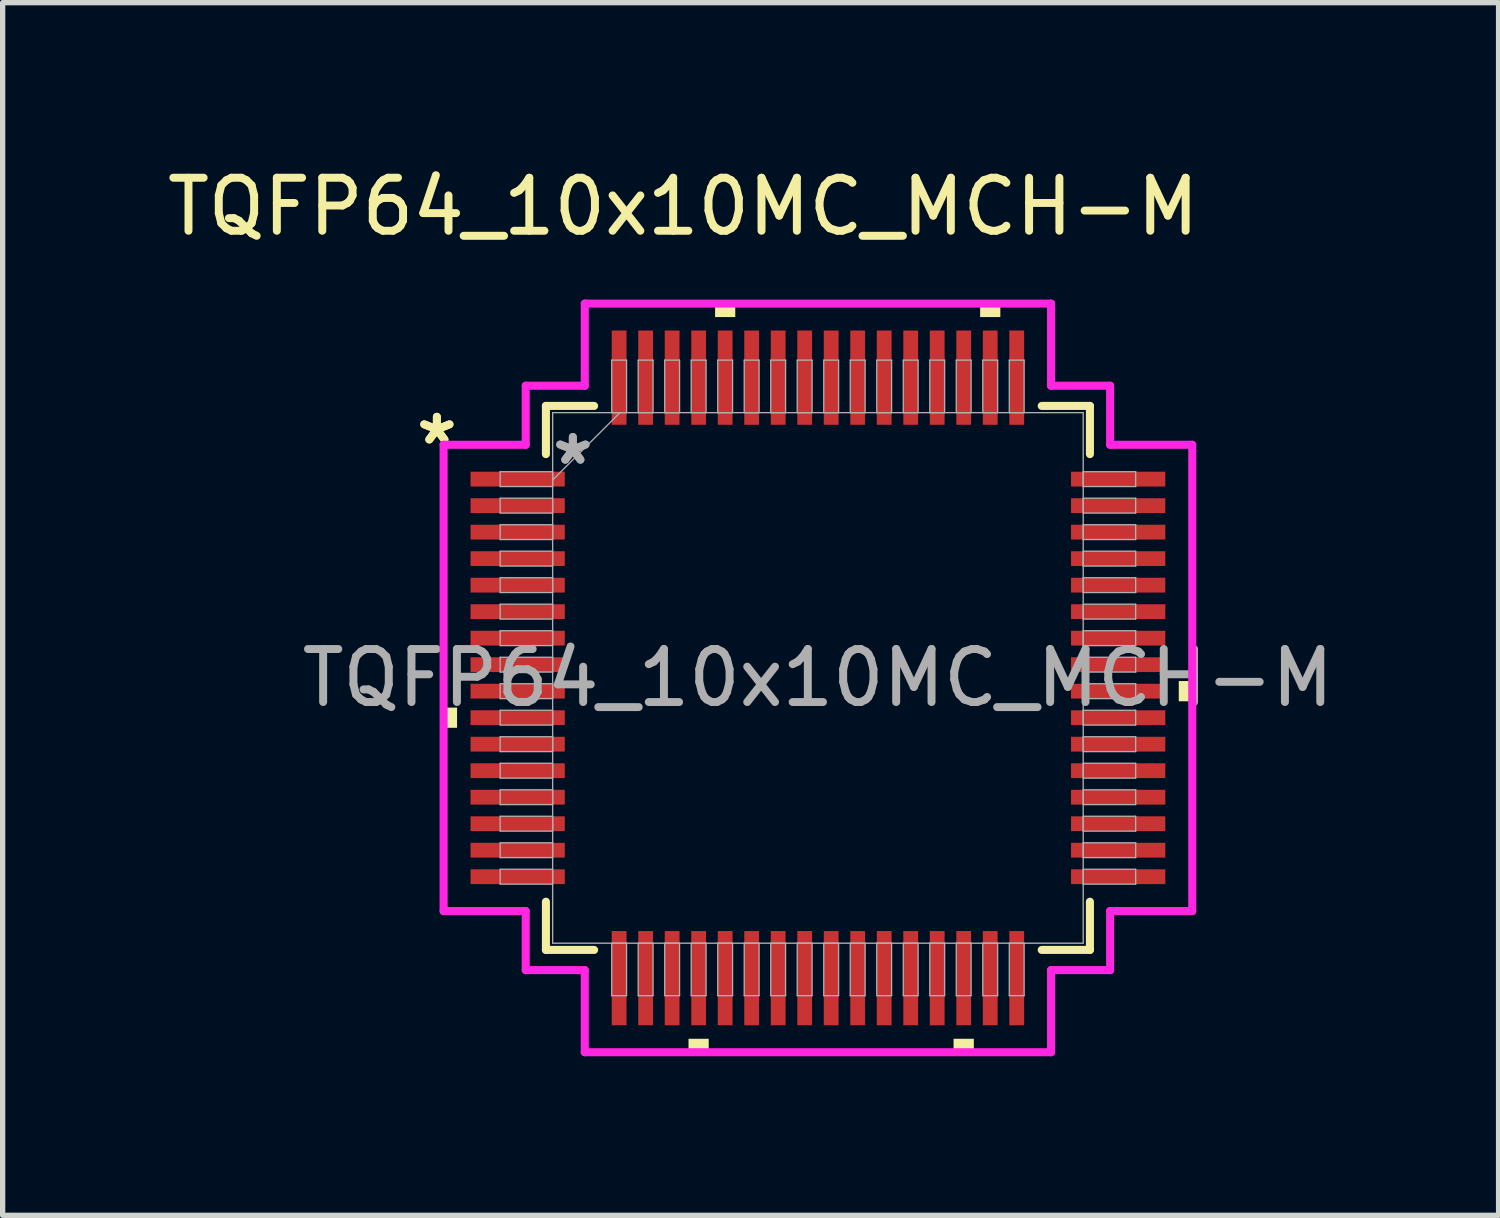
<source format=kicad_pcb>
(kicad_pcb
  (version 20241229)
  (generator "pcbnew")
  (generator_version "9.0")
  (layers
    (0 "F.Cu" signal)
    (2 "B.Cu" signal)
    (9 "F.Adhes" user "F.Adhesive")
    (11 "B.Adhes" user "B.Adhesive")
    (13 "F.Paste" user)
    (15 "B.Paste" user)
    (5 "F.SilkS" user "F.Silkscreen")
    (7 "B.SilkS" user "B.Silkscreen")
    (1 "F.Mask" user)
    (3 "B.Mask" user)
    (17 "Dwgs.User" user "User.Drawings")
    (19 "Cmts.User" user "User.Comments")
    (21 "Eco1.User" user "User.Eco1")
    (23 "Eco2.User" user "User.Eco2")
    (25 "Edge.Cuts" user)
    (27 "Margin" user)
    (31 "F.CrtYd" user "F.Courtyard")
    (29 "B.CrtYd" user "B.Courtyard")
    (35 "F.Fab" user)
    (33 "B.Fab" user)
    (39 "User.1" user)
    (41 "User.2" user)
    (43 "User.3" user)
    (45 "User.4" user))
  (footprint "TQFP64_10x10MC_MCH-M"
    (layer "F.Cu")
    (at 12.379 9.738)
    (property "Reference" "TQFP64_10x10MC_MCH-M" (at -2.54 -8.89 0) (unlocked yes) (layer "F.SilkS") (effects (font (size 1 1) (thickness 0.15))))
    (attr smd)
    (fp_line (start -5.131 -5.131) (end -5.131 -4.222) (stroke (width 0.152) (type solid)) (layer "F.SilkS"))
    (fp_line (start -5.131 4.222) (end -5.131 5.131) (stroke (width 0.152) (type solid)) (layer "F.SilkS"))
    (fp_line (start -5.131 5.131) (end -4.222 5.131) (stroke (width 0.152) (type solid)) (layer "F.SilkS"))
    (fp_line (start -4.222 -5.131) (end -5.131 -5.131) (stroke (width 0.152) (type solid)) (layer "F.SilkS"))
    (fp_line (start 4.222 5.131) (end 5.131 5.131) (stroke (width 0.152) (type solid)) (layer "F.SilkS"))
    (fp_line (start 5.131 -5.131) (end 4.222 -5.131) (stroke (width 0.152) (type solid)) (layer "F.SilkS"))
    (fp_line (start 5.131 -4.222) (end 5.131 -5.131) (stroke (width 0.152) (type solid)) (layer "F.SilkS"))
    (fp_line (start 5.131 5.131) (end 5.131 4.222) (stroke (width 0.152) (type solid)) (layer "F.SilkS"))
    (fp_poly (pts (xy -7.061 0.56) (xy -7.061 0.941) (xy -6.807 0.941) (xy -6.807 0.56)) (stroke (width 0) (type solid)) (fill yes) (layer "F.SilkS"))
    (fp_poly (pts (xy -2.441 6.807) (xy -2.441 7.061) (xy -2.06 7.061) (xy -2.06 6.807)) (stroke (width 0) (type solid)) (fill yes) (layer "F.SilkS"))
    (fp_poly (pts (xy -1.94 -6.807) (xy -1.94 -7.061) (xy -1.559 -7.061) (xy -1.559 -6.807)) (stroke (width 0) (type solid)) (fill yes) (layer "F.SilkS"))
    (fp_poly (pts (xy 2.559 6.807) (xy 2.559 7.061) (xy 2.941 7.061) (xy 2.941 6.807)) (stroke (width 0) (type solid)) (fill yes) (layer "F.SilkS"))
    (fp_poly (pts (xy 3.06 -6.807) (xy 3.06 -7.061) (xy 3.441 -7.061) (xy 3.441 -6.807)) (stroke (width 0) (type solid)) (fill yes) (layer "F.SilkS"))
    (fp_poly (pts (xy 7.061 0.059) (xy 7.061 0.441) (xy 6.807 0.441) (xy 6.807 0.059)) (stroke (width 0) (type solid)) (fill yes) (layer "F.SilkS"))
    (fp_line (start -7.061 -4.398) (end -5.512 -4.398) (stroke (width 0.152) (type solid)) (layer "F.CrtYd"))
    (fp_line (start -7.061 4.398) (end -7.061 -4.398) (stroke (width 0.152) (type solid)) (layer "F.CrtYd"))
    (fp_line (start -5.512 -5.512) (end -4.398 -5.512) (stroke (width 0.152) (type solid)) (layer "F.CrtYd"))
    (fp_line (start -5.512 -4.398) (end -5.512 -5.512) (stroke (width 0.152) (type solid)) (layer "F.CrtYd"))
    (fp_line (start -5.512 4.398) (end -7.061 4.398) (stroke (width 0.152) (type solid)) (layer "F.CrtYd"))
    (fp_line (start -5.512 5.512) (end -5.512 4.398) (stroke (width 0.152) (type solid)) (layer "F.CrtYd"))
    (fp_line (start -5.512 5.512) (end -4.398 5.512) (stroke (width 0.152) (type solid)) (layer "F.CrtYd"))
    (fp_line (start -4.398 -7.061) (end 4.398 -7.061) (stroke (width 0.152) (type solid)) (layer "F.CrtYd"))
    (fp_line (start -4.398 -5.512) (end -4.398 -7.061) (stroke (width 0.152) (type solid)) (layer "F.CrtYd"))
    (fp_line (start -4.398 5.512) (end -4.398 7.061) (stroke (width 0.152) (type solid)) (layer "F.CrtYd"))
    (fp_line (start -4.398 7.061) (end 4.398 7.061) (stroke (width 0.152) (type solid)) (layer "F.CrtYd"))
    (fp_line (start 4.398 -7.061) (end 4.398 -5.512) (stroke (width 0.152) (type solid)) (layer "F.CrtYd"))
    (fp_line (start 4.398 -5.512) (end 5.512 -5.512) (stroke (width 0.152) (type solid)) (layer "F.CrtYd"))
    (fp_line (start 4.398 5.512) (end 5.512 5.512) (stroke (width 0.152) (type solid)) (layer "F.CrtYd"))
    (fp_line (start 4.398 7.061) (end 4.398 5.512) (stroke (width 0.152) (type solid)) (layer "F.CrtYd"))
    (fp_line (start 5.512 -4.398) (end 5.512 -5.512) (stroke (width 0.152) (type solid)) (layer "F.CrtYd"))
    (fp_line (start 5.512 4.398) (end 7.061 4.398) (stroke (width 0.152) (type solid)) (layer "F.CrtYd"))
    (fp_line (start 5.512 5.512) (end 5.512 4.398) (stroke (width 0.152) (type solid)) (layer "F.CrtYd"))
    (fp_line (start 7.061 -4.398) (end 5.512 -4.398) (stroke (width 0.152) (type solid)) (layer "F.CrtYd"))
    (fp_line (start 7.061 4.398) (end 7.061 -4.398) (stroke (width 0.152) (type solid)) (layer "F.CrtYd"))
    (fp_line (start -5.994 -3.89) (end -5.994 -3.61) (stroke (width 0.025) (type solid)) (layer "F.Fab"))
    (fp_line (start -5.994 -3.61) (end -5.004 -3.61) (stroke (width 0.025) (type solid)) (layer "F.Fab"))
    (fp_line (start -5.994 -3.39) (end -5.994 -3.11) (stroke (width 0.025) (type solid)) (layer "F.Fab"))
    (fp_line (start -5.994 -3.11) (end -5.004 -3.11) (stroke (width 0.025) (type solid)) (layer "F.Fab"))
    (fp_line (start -5.994 -2.89) (end -5.994 -2.61) (stroke (width 0.025) (type solid)) (layer "F.Fab"))
    (fp_line (start -5.994 -2.61) (end -5.004 -2.61) (stroke (width 0.025) (type solid)) (layer "F.Fab"))
    (fp_line (start -5.994 -2.39) (end -5.994 -2.11) (stroke (width 0.025) (type solid)) (layer "F.Fab"))
    (fp_line (start -5.994 -2.11) (end -5.004 -2.11) (stroke (width 0.025) (type solid)) (layer "F.Fab"))
    (fp_line (start -5.994 -1.89) (end -5.994 -1.61) (stroke (width 0.025) (type solid)) (layer "F.Fab"))
    (fp_line (start -5.994 -1.61) (end -5.004 -1.61) (stroke (width 0.025) (type solid)) (layer "F.Fab"))
    (fp_line (start -5.994 -1.39) (end -5.994 -1.11) (stroke (width 0.025) (type solid)) (layer "F.Fab"))
    (fp_line (start -5.994 -1.11) (end -5.004 -1.11) (stroke (width 0.025) (type solid)) (layer "F.Fab"))
    (fp_line (start -5.994 -0.89) (end -5.994 -0.61) (stroke (width 0.025) (type solid)) (layer "F.Fab"))
    (fp_line (start -5.994 -0.61) (end -5.004 -0.61) (stroke (width 0.025) (type solid)) (layer "F.Fab"))
    (fp_line (start -5.994 -0.39) (end -5.994 -0.11) (stroke (width 0.025) (type solid)) (layer "F.Fab"))
    (fp_line (start -5.994 -0.11) (end -5.004 -0.11) (stroke (width 0.025) (type solid)) (layer "F.Fab"))
    (fp_line (start -5.994 0.11) (end -5.994 0.39) (stroke (width 0.025) (type solid)) (layer "F.Fab"))
    (fp_line (start -5.994 0.39) (end -5.004 0.39) (stroke (width 0.025) (type solid)) (layer "F.Fab"))
    (fp_line (start -5.994 0.61) (end -5.994 0.89) (stroke (width 0.025) (type solid)) (layer "F.Fab"))
    (fp_line (start -5.994 0.89) (end -5.004 0.89) (stroke (width 0.025) (type solid)) (layer "F.Fab"))
    (fp_line (start -5.994 1.11) (end -5.994 1.39) (stroke (width 0.025) (type solid)) (layer "F.Fab"))
    (fp_line (start -5.994 1.39) (end -5.004 1.39) (stroke (width 0.025) (type solid)) (layer "F.Fab"))
    (fp_line (start -5.994 1.61) (end -5.994 1.89) (stroke (width 0.025) (type solid)) (layer "F.Fab"))
    (fp_line (start -5.994 1.89) (end -5.004 1.89) (stroke (width 0.025) (type solid)) (layer "F.Fab"))
    (fp_line (start -5.994 2.11) (end -5.994 2.39) (stroke (width 0.025) (type solid)) (layer "F.Fab"))
    (fp_line (start -5.994 2.39) (end -5.004 2.39) (stroke (width 0.025) (type solid)) (layer "F.Fab"))
    (fp_line (start -5.994 2.61) (end -5.994 2.89) (stroke (width 0.025) (type solid)) (layer "F.Fab"))
    (fp_line (start -5.994 2.89) (end -5.004 2.89) (stroke (width 0.025) (type solid)) (layer "F.Fab"))
    (fp_line (start -5.994 3.11) (end -5.994 3.39) (stroke (width 0.025) (type solid)) (layer "F.Fab"))
    (fp_line (start -5.994 3.39) (end -5.004 3.39) (stroke (width 0.025) (type solid)) (layer "F.Fab"))
    (fp_line (start -5.994 3.61) (end -5.994 3.89) (stroke (width 0.025) (type solid)) (layer "F.Fab"))
    (fp_line (start -5.994 3.89) (end -5.004 3.89) (stroke (width 0.025) (type solid)) (layer "F.Fab"))
    (fp_line (start -5.004 -5.004) (end -5.004 5.004) (stroke (width 0.025) (type solid)) (layer "F.Fab"))
    (fp_line (start -5.004 -3.89) (end -5.994 -3.89) (stroke (width 0.025) (type solid)) (layer "F.Fab"))
    (fp_line (start -5.004 -3.734) (end -3.734 -5.004) (stroke (width 0.025) (type solid)) (layer "F.Fab"))
    (fp_line (start -5.004 -3.61) (end -5.004 -3.89) (stroke (width 0.025) (type solid)) (layer "F.Fab"))
    (fp_line (start -5.004 -3.39) (end -5.994 -3.39) (stroke (width 0.025) (type solid)) (layer "F.Fab"))
    (fp_line (start -5.004 -3.11) (end -5.004 -3.39) (stroke (width 0.025) (type solid)) (layer "F.Fab"))
    (fp_line (start -5.004 -2.89) (end -5.994 -2.89) (stroke (width 0.025) (type solid)) (layer "F.Fab"))
    (fp_line (start -5.004 -2.61) (end -5.004 -2.89) (stroke (width 0.025) (type solid)) (layer "F.Fab"))
    (fp_line (start -5.004 -2.39) (end -5.994 -2.39) (stroke (width 0.025) (type solid)) (layer "F.Fab"))
    (fp_line (start -5.004 -2.11) (end -5.004 -2.39) (stroke (width 0.025) (type solid)) (layer "F.Fab"))
    (fp_line (start -5.004 -1.89) (end -5.994 -1.89) (stroke (width 0.025) (type solid)) (layer "F.Fab"))
    (fp_line (start -5.004 -1.61) (end -5.004 -1.89) (stroke (width 0.025) (type solid)) (layer "F.Fab"))
    (fp_line (start -5.004 -1.39) (end -5.994 -1.39) (stroke (width 0.025) (type solid)) (layer "F.Fab"))
    (fp_line (start -5.004 -1.11) (end -5.004 -1.39) (stroke (width 0.025) (type solid)) (layer "F.Fab"))
    (fp_line (start -5.004 -0.89) (end -5.994 -0.89) (stroke (width 0.025) (type solid)) (layer "F.Fab"))
    (fp_line (start -5.004 -0.61) (end -5.004 -0.89) (stroke (width 0.025) (type solid)) (layer "F.Fab"))
    (fp_line (start -5.004 -0.39) (end -5.994 -0.39) (stroke (width 0.025) (type solid)) (layer "F.Fab"))
    (fp_line (start -5.004 -0.11) (end -5.004 -0.39) (stroke (width 0.025) (type solid)) (layer "F.Fab"))
    (fp_line (start -5.004 0.11) (end -5.994 0.11) (stroke (width 0.025) (type solid)) (layer "F.Fab"))
    (fp_line (start -5.004 0.39) (end -5.004 0.11) (stroke (width 0.025) (type solid)) (layer "F.Fab"))
    (fp_line (start -5.004 0.61) (end -5.994 0.61) (stroke (width 0.025) (type solid)) (layer "F.Fab"))
    (fp_line (start -5.004 0.89) (end -5.004 0.61) (stroke (width 0.025) (type solid)) (layer "F.Fab"))
    (fp_line (start -5.004 1.11) (end -5.994 1.11) (stroke (width 0.025) (type solid)) (layer "F.Fab"))
    (fp_line (start -5.004 1.39) (end -5.004 1.11) (stroke (width 0.025) (type solid)) (layer "F.Fab"))
    (fp_line (start -5.004 1.61) (end -5.994 1.61) (stroke (width 0.025) (type solid)) (layer "F.Fab"))
    (fp_line (start -5.004 1.89) (end -5.004 1.61) (stroke (width 0.025) (type solid)) (layer "F.Fab"))
    (fp_line (start -5.004 2.11) (end -5.994 2.11) (stroke (width 0.025) (type solid)) (layer "F.Fab"))
    (fp_line (start -5.004 2.39) (end -5.004 2.11) (stroke (width 0.025) (type solid)) (layer "F.Fab"))
    (fp_line (start -5.004 2.61) (end -5.994 2.61) (stroke (width 0.025) (type solid)) (layer "F.Fab"))
    (fp_line (start -5.004 2.89) (end -5.004 2.61) (stroke (width 0.025) (type solid)) (layer "F.Fab"))
    (fp_line (start -5.004 3.11) (end -5.994 3.11) (stroke (width 0.025) (type solid)) (layer "F.Fab"))
    (fp_line (start -5.004 3.39) (end -5.004 3.11) (stroke (width 0.025) (type solid)) (layer "F.Fab"))
    (fp_line (start -5.004 3.61) (end -5.994 3.61) (stroke (width 0.025) (type solid)) (layer "F.Fab"))
    (fp_line (start -5.004 3.89) (end -5.004 3.61) (stroke (width 0.025) (type solid)) (layer "F.Fab"))
    (fp_line (start -5.004 5.004) (end 5.004 5.004) (stroke (width 0.025) (type solid)) (layer "F.Fab"))
    (fp_line (start -3.89 -5.994) (end -3.89 -5.004) (stroke (width 0.025) (type solid)) (layer "F.Fab"))
    (fp_line (start -3.89 -5.004) (end -3.61 -5.004) (stroke (width 0.025) (type solid)) (layer "F.Fab"))
    (fp_line (start -3.89 5.004) (end -3.89 5.994) (stroke (width 0.025) (type solid)) (layer "F.Fab"))
    (fp_line (start -3.89 5.994) (end -3.61 5.994) (stroke (width 0.025) (type solid)) (layer "F.Fab"))
    (fp_line (start -3.61 -5.994) (end -3.89 -5.994) (stroke (width 0.025) (type solid)) (layer "F.Fab"))
    (fp_line (start -3.61 -5.004) (end -3.61 -5.994) (stroke (width 0.025) (type solid)) (layer "F.Fab"))
    (fp_line (start -3.61 5.004) (end -3.89 5.004) (stroke (width 0.025) (type solid)) (layer "F.Fab"))
    (fp_line (start -3.61 5.994) (end -3.61 5.004) (stroke (width 0.025) (type solid)) (layer "F.Fab"))
    (fp_line (start -3.39 -5.994) (end -3.39 -5.004) (stroke (width 0.025) (type solid)) (layer "F.Fab"))
    (fp_line (start -3.39 -5.004) (end -3.11 -5.004) (stroke (width 0.025) (type solid)) (layer "F.Fab"))
    (fp_line (start -3.39 5.004) (end -3.39 5.994) (stroke (width 0.025) (type solid)) (layer "F.Fab"))
    (fp_line (start -3.39 5.994) (end -3.11 5.994) (stroke (width 0.025) (type solid)) (layer "F.Fab"))
    (fp_line (start -3.11 -5.994) (end -3.39 -5.994) (stroke (width 0.025) (type solid)) (layer "F.Fab"))
    (fp_line (start -3.11 -5.004) (end -3.11 -5.994) (stroke (width 0.025) (type solid)) (layer "F.Fab"))
    (fp_line (start -3.11 5.004) (end -3.39 5.004) (stroke (width 0.025) (type solid)) (layer "F.Fab"))
    (fp_line (start -3.11 5.994) (end -3.11 5.004) (stroke (width 0.025) (type solid)) (layer "F.Fab"))
    (fp_line (start -2.89 -5.994) (end -2.89 -5.004) (stroke (width 0.025) (type solid)) (layer "F.Fab"))
    (fp_line (start -2.89 -5.004) (end -2.61 -5.004) (stroke (width 0.025) (type solid)) (layer "F.Fab"))
    (fp_line (start -2.89 5.004) (end -2.89 5.994) (stroke (width 0.025) (type solid)) (layer "F.Fab"))
    (fp_line (start -2.89 5.994) (end -2.61 5.994) (stroke (width 0.025) (type solid)) (layer "F.Fab"))
    (fp_line (start -2.61 -5.994) (end -2.89 -5.994) (stroke (width 0.025) (type solid)) (layer "F.Fab"))
    (fp_line (start -2.61 -5.004) (end -2.61 -5.994) (stroke (width 0.025) (type solid)) (layer "F.Fab"))
    (fp_line (start -2.61 5.004) (end -2.89 5.004) (stroke (width 0.025) (type solid)) (layer "F.Fab"))
    (fp_line (start -2.61 5.994) (end -2.61 5.004) (stroke (width 0.025) (type solid)) (layer "F.Fab"))
    (fp_line (start -2.39 -5.994) (end -2.39 -5.004) (stroke (width 0.025) (type solid)) (layer "F.Fab"))
    (fp_line (start -2.39 -5.004) (end -2.11 -5.004) (stroke (width 0.025) (type solid)) (layer "F.Fab"))
    (fp_line (start -2.39 5.004) (end -2.39 5.994) (stroke (width 0.025) (type solid)) (layer "F.Fab"))
    (fp_line (start -2.39 5.994) (end -2.11 5.994) (stroke (width 0.025) (type solid)) (layer "F.Fab"))
    (fp_line (start -2.11 -5.994) (end -2.39 -5.994) (stroke (width 0.025) (type solid)) (layer "F.Fab"))
    (fp_line (start -2.11 -5.004) (end -2.11 -5.994) (stroke (width 0.025) (type solid)) (layer "F.Fab"))
    (fp_line (start -2.11 5.004) (end -2.39 5.004) (stroke (width 0.025) (type solid)) (layer "F.Fab"))
    (fp_line (start -2.11 5.994) (end -2.11 5.004) (stroke (width 0.025) (type solid)) (layer "F.Fab"))
    (fp_line (start -1.89 -5.994) (end -1.89 -5.004) (stroke (width 0.025) (type solid)) (layer "F.Fab"))
    (fp_line (start -1.89 -5.004) (end -1.61 -5.004) (stroke (width 0.025) (type solid)) (layer "F.Fab"))
    (fp_line (start -1.89 5.004) (end -1.89 5.994) (stroke (width 0.025) (type solid)) (layer "F.Fab"))
    (fp_line (start -1.89 5.994) (end -1.61 5.994) (stroke (width 0.025) (type solid)) (layer "F.Fab"))
    (fp_line (start -1.61 -5.994) (end -1.89 -5.994) (stroke (width 0.025) (type solid)) (layer "F.Fab"))
    (fp_line (start -1.61 -5.004) (end -1.61 -5.994) (stroke (width 0.025) (type solid)) (layer "F.Fab"))
    (fp_line (start -1.61 5.004) (end -1.89 5.004) (stroke (width 0.025) (type solid)) (layer "F.Fab"))
    (fp_line (start -1.61 5.994) (end -1.61 5.004) (stroke (width 0.025) (type solid)) (layer "F.Fab"))
    (fp_line (start -1.39 -5.994) (end -1.39 -5.004) (stroke (width 0.025) (type solid)) (layer "F.Fab"))
    (fp_line (start -1.39 -5.004) (end -1.11 -5.004) (stroke (width 0.025) (type solid)) (layer "F.Fab"))
    (fp_line (start -1.39 5.004) (end -1.39 5.994) (stroke (width 0.025) (type solid)) (layer "F.Fab"))
    (fp_line (start -1.39 5.994) (end -1.11 5.994) (stroke (width 0.025) (type solid)) (layer "F.Fab"))
    (fp_line (start -1.11 -5.994) (end -1.39 -5.994) (stroke (width 0.025) (type solid)) (layer "F.Fab"))
    (fp_line (start -1.11 -5.004) (end -1.11 -5.994) (stroke (width 0.025) (type solid)) (layer "F.Fab"))
    (fp_line (start -1.11 5.004) (end -1.39 5.004) (stroke (width 0.025) (type solid)) (layer "F.Fab"))
    (fp_line (start -1.11 5.994) (end -1.11 5.004) (stroke (width 0.025) (type solid)) (layer "F.Fab"))
    (fp_line (start -0.89 -5.994) (end -0.89 -5.004) (stroke (width 0.025) (type solid)) (layer "F.Fab"))
    (fp_line (start -0.89 -5.004) (end -0.61 -5.004) (stroke (width 0.025) (type solid)) (layer "F.Fab"))
    (fp_line (start -0.89 5.004) (end -0.89 5.994) (stroke (width 0.025) (type solid)) (layer "F.Fab"))
    (fp_line (start -0.89 5.994) (end -0.61 5.994) (stroke (width 0.025) (type solid)) (layer "F.Fab"))
    (fp_line (start -0.61 -5.994) (end -0.89 -5.994) (stroke (width 0.025) (type solid)) (layer "F.Fab"))
    (fp_line (start -0.61 -5.004) (end -0.61 -5.994) (stroke (width 0.025) (type solid)) (layer "F.Fab"))
    (fp_line (start -0.61 5.004) (end -0.89 5.004) (stroke (width 0.025) (type solid)) (layer "F.Fab"))
    (fp_line (start -0.61 5.994) (end -0.61 5.004) (stroke (width 0.025) (type solid)) (layer "F.Fab"))
    (fp_line (start -0.39 -5.994) (end -0.39 -5.004) (stroke (width 0.025) (type solid)) (layer "F.Fab"))
    (fp_line (start -0.39 -5.004) (end -0.11 -5.004) (stroke (width 0.025) (type solid)) (layer "F.Fab"))
    (fp_line (start -0.39 5.004) (end -0.39 5.994) (stroke (width 0.025) (type solid)) (layer "F.Fab"))
    (fp_line (start -0.39 5.994) (end -0.11 5.994) (stroke (width 0.025) (type solid)) (layer "F.Fab"))
    (fp_line (start -0.11 -5.994) (end -0.39 -5.994) (stroke (width 0.025) (type solid)) (layer "F.Fab"))
    (fp_line (start -0.11 -5.004) (end -0.11 -5.994) (stroke (width 0.025) (type solid)) (layer "F.Fab"))
    (fp_line (start -0.11 5.004) (end -0.39 5.004) (stroke (width 0.025) (type solid)) (layer "F.Fab"))
    (fp_line (start -0.11 5.994) (end -0.11 5.004) (stroke (width 0.025) (type solid)) (layer "F.Fab"))
    (fp_line (start 0.11 -5.994) (end 0.11 -5.004) (stroke (width 0.025) (type solid)) (layer "F.Fab"))
    (fp_line (start 0.11 -5.004) (end 0.39 -5.004) (stroke (width 0.025) (type solid)) (layer "F.Fab"))
    (fp_line (start 0.11 5.004) (end 0.11 5.994) (stroke (width 0.025) (type solid)) (layer "F.Fab"))
    (fp_line (start 0.11 5.994) (end 0.39 5.994) (stroke (width 0.025) (type solid)) (layer "F.Fab"))
    (fp_line (start 0.39 -5.994) (end 0.11 -5.994) (stroke (width 0.025) (type solid)) (layer "F.Fab"))
    (fp_line (start 0.39 -5.004) (end 0.39 -5.994) (stroke (width 0.025) (type solid)) (layer "F.Fab"))
    (fp_line (start 0.39 5.004) (end 0.11 5.004) (stroke (width 0.025) (type solid)) (layer "F.Fab"))
    (fp_line (start 0.39 5.994) (end 0.39 5.004) (stroke (width 0.025) (type solid)) (layer "F.Fab"))
    (fp_line (start 0.61 -5.994) (end 0.61 -5.004) (stroke (width 0.025) (type solid)) (layer "F.Fab"))
    (fp_line (start 0.61 -5.004) (end 0.89 -5.004) (stroke (width 0.025) (type solid)) (layer "F.Fab"))
    (fp_line (start 0.61 5.004) (end 0.61 5.994) (stroke (width 0.025) (type solid)) (layer "F.Fab"))
    (fp_line (start 0.61 5.994) (end 0.89 5.994) (stroke (width 0.025) (type solid)) (layer "F.Fab"))
    (fp_line (start 0.89 -5.994) (end 0.61 -5.994) (stroke (width 0.025) (type solid)) (layer "F.Fab"))
    (fp_line (start 0.89 -5.004) (end 0.89 -5.994) (stroke (width 0.025) (type solid)) (layer "F.Fab"))
    (fp_line (start 0.89 5.004) (end 0.61 5.004) (stroke (width 0.025) (type solid)) (layer "F.Fab"))
    (fp_line (start 0.89 5.994) (end 0.89 5.004) (stroke (width 0.025) (type solid)) (layer "F.Fab"))
    (fp_line (start 1.11 -5.994) (end 1.11 -5.004) (stroke (width 0.025) (type solid)) (layer "F.Fab"))
    (fp_line (start 1.11 -5.004) (end 1.39 -5.004) (stroke (width 0.025) (type solid)) (layer "F.Fab"))
    (fp_line (start 1.11 5.004) (end 1.11 5.994) (stroke (width 0.025) (type solid)) (layer "F.Fab"))
    (fp_line (start 1.11 5.994) (end 1.39 5.994) (stroke (width 0.025) (type solid)) (layer "F.Fab"))
    (fp_line (start 1.39 -5.994) (end 1.11 -5.994) (stroke (width 0.025) (type solid)) (layer "F.Fab"))
    (fp_line (start 1.39 -5.004) (end 1.39 -5.994) (stroke (width 0.025) (type solid)) (layer "F.Fab"))
    (fp_line (start 1.39 5.004) (end 1.11 5.004) (stroke (width 0.025) (type solid)) (layer "F.Fab"))
    (fp_line (start 1.39 5.994) (end 1.39 5.004) (stroke (width 0.025) (type solid)) (layer "F.Fab"))
    (fp_line (start 1.61 -5.994) (end 1.61 -5.004) (stroke (width 0.025) (type solid)) (layer "F.Fab"))
    (fp_line (start 1.61 -5.004) (end 1.89 -5.004) (stroke (width 0.025) (type solid)) (layer "F.Fab"))
    (fp_line (start 1.61 5.004) (end 1.61 5.994) (stroke (width 0.025) (type solid)) (layer "F.Fab"))
    (fp_line (start 1.61 5.994) (end 1.89 5.994) (stroke (width 0.025) (type solid)) (layer "F.Fab"))
    (fp_line (start 1.89 -5.994) (end 1.61 -5.994) (stroke (width 0.025) (type solid)) (layer "F.Fab"))
    (fp_line (start 1.89 -5.004) (end 1.89 -5.994) (stroke (width 0.025) (type solid)) (layer "F.Fab"))
    (fp_line (start 1.89 5.004) (end 1.61 5.004) (stroke (width 0.025) (type solid)) (layer "F.Fab"))
    (fp_line (start 1.89 5.994) (end 1.89 5.004) (stroke (width 0.025) (type solid)) (layer "F.Fab"))
    (fp_line (start 2.11 -5.994) (end 2.11 -5.004) (stroke (width 0.025) (type solid)) (layer "F.Fab"))
    (fp_line (start 2.11 -5.004) (end 2.39 -5.004) (stroke (width 0.025) (type solid)) (layer "F.Fab"))
    (fp_line (start 2.11 5.004) (end 2.11 5.994) (stroke (width 0.025) (type solid)) (layer "F.Fab"))
    (fp_line (start 2.11 5.994) (end 2.39 5.994) (stroke (width 0.025) (type solid)) (layer "F.Fab"))
    (fp_line (start 2.39 -5.994) (end 2.11 -5.994) (stroke (width 0.025) (type solid)) (layer "F.Fab"))
    (fp_line (start 2.39 -5.004) (end 2.39 -5.994) (stroke (width 0.025) (type solid)) (layer "F.Fab"))
    (fp_line (start 2.39 5.004) (end 2.11 5.004) (stroke (width 0.025) (type solid)) (layer "F.Fab"))
    (fp_line (start 2.39 5.994) (end 2.39 5.004) (stroke (width 0.025) (type solid)) (layer "F.Fab"))
    (fp_line (start 2.61 -5.994) (end 2.61 -5.004) (stroke (width 0.025) (type solid)) (layer "F.Fab"))
    (fp_line (start 2.61 -5.004) (end 2.89 -5.004) (stroke (width 0.025) (type solid)) (layer "F.Fab"))
    (fp_line (start 2.61 5.004) (end 2.61 5.994) (stroke (width 0.025) (type solid)) (layer "F.Fab"))
    (fp_line (start 2.61 5.994) (end 2.89 5.994) (stroke (width 0.025) (type solid)) (layer "F.Fab"))
    (fp_line (start 2.89 -5.994) (end 2.61 -5.994) (stroke (width 0.025) (type solid)) (layer "F.Fab"))
    (fp_line (start 2.89 -5.004) (end 2.89 -5.994) (stroke (width 0.025) (type solid)) (layer "F.Fab"))
    (fp_line (start 2.89 5.004) (end 2.61 5.004) (stroke (width 0.025) (type solid)) (layer "F.Fab"))
    (fp_line (start 2.89 5.994) (end 2.89 5.004) (stroke (width 0.025) (type solid)) (layer "F.Fab"))
    (fp_line (start 3.11 -5.994) (end 3.11 -5.004) (stroke (width 0.025) (type solid)) (layer "F.Fab"))
    (fp_line (start 3.11 -5.004) (end 3.39 -5.004) (stroke (width 0.025) (type solid)) (layer "F.Fab"))
    (fp_line (start 3.11 5.004) (end 3.11 5.994) (stroke (width 0.025) (type solid)) (layer "F.Fab"))
    (fp_line (start 3.11 5.994) (end 3.39 5.994) (stroke (width 0.025) (type solid)) (layer "F.Fab"))
    (fp_line (start 3.39 -5.994) (end 3.11 -5.994) (stroke (width 0.025) (type solid)) (layer "F.Fab"))
    (fp_line (start 3.39 -5.004) (end 3.39 -5.994) (stroke (width 0.025) (type solid)) (layer "F.Fab"))
    (fp_line (start 3.39 5.004) (end 3.11 5.004) (stroke (width 0.025) (type solid)) (layer "F.Fab"))
    (fp_line (start 3.39 5.994) (end 3.39 5.004) (stroke (width 0.025) (type solid)) (layer "F.Fab"))
    (fp_line (start 3.61 -5.994) (end 3.61 -5.004) (stroke (width 0.025) (type solid)) (layer "F.Fab"))
    (fp_line (start 3.61 -5.004) (end 3.89 -5.004) (stroke (width 0.025) (type solid)) (layer "F.Fab"))
    (fp_line (start 3.61 5.004) (end 3.61 5.994) (stroke (width 0.025) (type solid)) (layer "F.Fab"))
    (fp_line (start 3.61 5.994) (end 3.89 5.994) (stroke (width 0.025) (type solid)) (layer "F.Fab"))
    (fp_line (start 3.89 -5.994) (end 3.61 -5.994) (stroke (width 0.025) (type solid)) (layer "F.Fab"))
    (fp_line (start 3.89 -5.004) (end 3.89 -5.994) (stroke (width 0.025) (type solid)) (layer "F.Fab"))
    (fp_line (start 3.89 5.004) (end 3.61 5.004) (stroke (width 0.025) (type solid)) (layer "F.Fab"))
    (fp_line (start 3.89 5.994) (end 3.89 5.004) (stroke (width 0.025) (type solid)) (layer "F.Fab"))
    (fp_line (start 5.004 -5.004) (end -5.004 -5.004) (stroke (width 0.025) (type solid)) (layer "F.Fab"))
    (fp_line (start 5.004 -3.89) (end 5.004 -3.61) (stroke (width 0.025) (type solid)) (layer "F.Fab"))
    (fp_line (start 5.004 -3.61) (end 5.994 -3.61) (stroke (width 0.025) (type solid)) (layer "F.Fab"))
    (fp_line (start 5.004 -3.39) (end 5.004 -3.11) (stroke (width 0.025) (type solid)) (layer "F.Fab"))
    (fp_line (start 5.004 -3.11) (end 5.994 -3.11) (stroke (width 0.025) (type solid)) (layer "F.Fab"))
    (fp_line (start 5.004 -2.89) (end 5.004 -2.61) (stroke (width 0.025) (type solid)) (layer "F.Fab"))
    (fp_line (start 5.004 -2.61) (end 5.994 -2.61) (stroke (width 0.025) (type solid)) (layer "F.Fab"))
    (fp_line (start 5.004 -2.39) (end 5.004 -2.11) (stroke (width 0.025) (type solid)) (layer "F.Fab"))
    (fp_line (start 5.004 -2.11) (end 5.994 -2.11) (stroke (width 0.025) (type solid)) (layer "F.Fab"))
    (fp_line (start 5.004 -1.89) (end 5.004 -1.61) (stroke (width 0.025) (type solid)) (layer "F.Fab"))
    (fp_line (start 5.004 -1.61) (end 5.994 -1.61) (stroke (width 0.025) (type solid)) (layer "F.Fab"))
    (fp_line (start 5.004 -1.39) (end 5.004 -1.11) (stroke (width 0.025) (type solid)) (layer "F.Fab"))
    (fp_line (start 5.004 -1.11) (end 5.994 -1.11) (stroke (width 0.025) (type solid)) (layer "F.Fab"))
    (fp_line (start 5.004 -0.89) (end 5.004 -0.61) (stroke (width 0.025) (type solid)) (layer "F.Fab"))
    (fp_line (start 5.004 -0.61) (end 5.994 -0.61) (stroke (width 0.025) (type solid)) (layer "F.Fab"))
    (fp_line (start 5.004 -0.39) (end 5.004 -0.11) (stroke (width 0.025) (type solid)) (layer "F.Fab"))
    (fp_line (start 5.004 -0.11) (end 5.994 -0.11) (stroke (width 0.025) (type solid)) (layer "F.Fab"))
    (fp_line (start 5.004 0.11) (end 5.004 0.39) (stroke (width 0.025) (type solid)) (layer "F.Fab"))
    (fp_line (start 5.004 0.39) (end 5.994 0.39) (stroke (width 0.025) (type solid)) (layer "F.Fab"))
    (fp_line (start 5.004 0.61) (end 5.004 0.89) (stroke (width 0.025) (type solid)) (layer "F.Fab"))
    (fp_line (start 5.004 0.89) (end 5.994 0.89) (stroke (width 0.025) (type solid)) (layer "F.Fab"))
    (fp_line (start 5.004 1.11) (end 5.004 1.39) (stroke (width 0.025) (type solid)) (layer "F.Fab"))
    (fp_line (start 5.004 1.39) (end 5.994 1.39) (stroke (width 0.025) (type solid)) (layer "F.Fab"))
    (fp_line (start 5.004 1.61) (end 5.004 1.89) (stroke (width 0.025) (type solid)) (layer "F.Fab"))
    (fp_line (start 5.004 1.89) (end 5.994 1.89) (stroke (width 0.025) (type solid)) (layer "F.Fab"))
    (fp_line (start 5.004 2.11) (end 5.004 2.39) (stroke (width 0.025) (type solid)) (layer "F.Fab"))
    (fp_line (start 5.004 2.39) (end 5.994 2.39) (stroke (width 0.025) (type solid)) (layer "F.Fab"))
    (fp_line (start 5.004 2.61) (end 5.004 2.89) (stroke (width 0.025) (type solid)) (layer "F.Fab"))
    (fp_line (start 5.004 2.89) (end 5.994 2.89) (stroke (width 0.025) (type solid)) (layer "F.Fab"))
    (fp_line (start 5.004 3.11) (end 5.004 3.39) (stroke (width 0.025) (type solid)) (layer "F.Fab"))
    (fp_line (start 5.004 3.39) (end 5.994 3.39) (stroke (width 0.025) (type solid)) (layer "F.Fab"))
    (fp_line (start 5.004 3.61) (end 5.004 3.89) (stroke (width 0.025) (type solid)) (layer "F.Fab"))
    (fp_line (start 5.004 3.89) (end 5.994 3.89) (stroke (width 0.025) (type solid)) (layer "F.Fab"))
    (fp_line (start 5.004 5.004) (end 5.004 -5.004) (stroke (width 0.025) (type solid)) (layer "F.Fab"))
    (fp_line (start 5.994 -3.89) (end 5.004 -3.89) (stroke (width 0.025) (type solid)) (layer "F.Fab"))
    (fp_line (start 5.994 -3.61) (end 5.994 -3.89) (stroke (width 0.025) (type solid)) (layer "F.Fab"))
    (fp_line (start 5.994 -3.39) (end 5.004 -3.39) (stroke (width 0.025) (type solid)) (layer "F.Fab"))
    (fp_line (start 5.994 -3.11) (end 5.994 -3.39) (stroke (width 0.025) (type solid)) (layer "F.Fab"))
    (fp_line (start 5.994 -2.89) (end 5.004 -2.89) (stroke (width 0.025) (type solid)) (layer "F.Fab"))
    (fp_line (start 5.994 -2.61) (end 5.994 -2.89) (stroke (width 0.025) (type solid)) (layer "F.Fab"))
    (fp_line (start 5.994 -2.39) (end 5.004 -2.39) (stroke (width 0.025) (type solid)) (layer "F.Fab"))
    (fp_line (start 5.994 -2.11) (end 5.994 -2.39) (stroke (width 0.025) (type solid)) (layer "F.Fab"))
    (fp_line (start 5.994 -1.89) (end 5.004 -1.89) (stroke (width 0.025) (type solid)) (layer "F.Fab"))
    (fp_line (start 5.994 -1.61) (end 5.994 -1.89) (stroke (width 0.025) (type solid)) (layer "F.Fab"))
    (fp_line (start 5.994 -1.39) (end 5.004 -1.39) (stroke (width 0.025) (type solid)) (layer "F.Fab"))
    (fp_line (start 5.994 -1.11) (end 5.994 -1.39) (stroke (width 0.025) (type solid)) (layer "F.Fab"))
    (fp_line (start 5.994 -0.89) (end 5.004 -0.89) (stroke (width 0.025) (type solid)) (layer "F.Fab"))
    (fp_line (start 5.994 -0.61) (end 5.994 -0.89) (stroke (width 0.025) (type solid)) (layer "F.Fab"))
    (fp_line (start 5.994 -0.39) (end 5.004 -0.39) (stroke (width 0.025) (type solid)) (layer "F.Fab"))
    (fp_line (start 5.994 -0.11) (end 5.994 -0.39) (stroke (width 0.025) (type solid)) (layer "F.Fab"))
    (fp_line (start 5.994 0.11) (end 5.004 0.11) (stroke (width 0.025) (type solid)) (layer "F.Fab"))
    (fp_line (start 5.994 0.39) (end 5.994 0.11) (stroke (width 0.025) (type solid)) (layer "F.Fab"))
    (fp_line (start 5.994 0.61) (end 5.004 0.61) (stroke (width 0.025) (type solid)) (layer "F.Fab"))
    (fp_line (start 5.994 0.89) (end 5.994 0.61) (stroke (width 0.025) (type solid)) (layer "F.Fab"))
    (fp_line (start 5.994 1.11) (end 5.004 1.11) (stroke (width 0.025) (type solid)) (layer "F.Fab"))
    (fp_line (start 5.994 1.39) (end 5.994 1.11) (stroke (width 0.025) (type solid)) (layer "F.Fab"))
    (fp_line (start 5.994 1.61) (end 5.004 1.61) (stroke (width 0.025) (type solid)) (layer "F.Fab"))
    (fp_line (start 5.994 1.89) (end 5.994 1.61) (stroke (width 0.025) (type solid)) (layer "F.Fab"))
    (fp_line (start 5.994 2.11) (end 5.004 2.11) (stroke (width 0.025) (type solid)) (layer "F.Fab"))
    (fp_line (start 5.994 2.39) (end 5.994 2.11) (stroke (width 0.025) (type solid)) (layer "F.Fab"))
    (fp_line (start 5.994 2.61) (end 5.004 2.61) (stroke (width 0.025) (type solid)) (layer "F.Fab"))
    (fp_line (start 5.994 2.89) (end 5.994 2.61) (stroke (width 0.025) (type solid)) (layer "F.Fab"))
    (fp_line (start 5.994 3.11) (end 5.004 3.11) (stroke (width 0.025) (type solid)) (layer "F.Fab"))
    (fp_line (start 5.994 3.39) (end 5.994 3.11) (stroke (width 0.025) (type solid)) (layer "F.Fab"))
    (fp_line (start 5.994 3.61) (end 5.004 3.61) (stroke (width 0.025) (type solid)) (layer "F.Fab"))
    (fp_line (start 5.994 3.89) (end 5.994 3.61) (stroke (width 0.025) (type solid)) (layer "F.Fab"))
    (fp_text user "*" (at -7.188 -4.381 0) (layer "F.SilkS") (effects (font (size 1 1) (thickness 0.15))))
    (fp_text user "*" (at -7.188 -4.381 0) (unlocked yes) (layer "F.SilkS") (effects (font (size 1 1) (thickness 0.15))))
    (fp_text user "*" (at -4.623 -4 0) (layer "F.Fab") (effects (font (size 1 1) (thickness 0.15))))
    (fp_text user "*" (at -4.623 -4 0) (unlocked yes) (layer "F.Fab") (effects (font (size 1 1) (thickness 0.15))))
    (fp_text user "${REFERENCE}" (at 0 0 0) (unlocked yes) (layer "F.Fab") (effects (font (size 1 1) (thickness 0.15))))
    (pad "1" smd rect (at -5.664 -3.75 90) (size 0.279 1.778) (layers "F.Cu" "F.Mask" "F.Paste"))
    (pad "2" smd rect (at -5.664 -3.25 90) (size 0.279 1.778) (layers "F.Cu" "F.Mask" "F.Paste"))
    (pad "3" smd rect (at -5.664 -2.75 90) (size 0.279 1.778) (layers "F.Cu" "F.Mask" "F.Paste"))
    (pad "4" smd rect (at -5.664 -2.25 90) (size 0.279 1.778) (layers "F.Cu" "F.Mask" "F.Paste"))
    (pad "5" smd rect (at -5.664 -1.75 90) (size 0.279 1.778) (layers "F.Cu" "F.Mask" "F.Paste"))
    (pad "6" smd rect (at -5.664 -1.25 90) (size 0.279 1.778) (layers "F.Cu" "F.Mask" "F.Paste"))
    (pad "7" smd rect (at -5.664 -0.75 90) (size 0.279 1.778) (layers "F.Cu" "F.Mask" "F.Paste"))
    (pad "8" smd rect (at -5.664 -0.25 90) (size 0.279 1.778) (layers "F.Cu" "F.Mask" "F.Paste"))
    (pad "9" smd rect (at -5.664 0.25 90) (size 0.279 1.778) (layers "F.Cu" "F.Mask" "F.Paste"))
    (pad "10" smd rect (at -5.664 0.75 90) (size 0.279 1.778) (layers "F.Cu" "F.Mask" "F.Paste"))
    (pad "11" smd rect (at -5.664 1.25 90) (size 0.279 1.778) (layers "F.Cu" "F.Mask" "F.Paste"))
    (pad "12" smd rect (at -5.664 1.75 90) (size 0.279 1.778) (layers "F.Cu" "F.Mask" "F.Paste"))
    (pad "13" smd rect (at -5.664 2.25 90) (size 0.279 1.778) (layers "F.Cu" "F.Mask" "F.Paste"))
    (pad "14" smd rect (at -5.664 2.75 90) (size 0.279 1.778) (layers "F.Cu" "F.Mask" "F.Paste"))
    (pad "15" smd rect (at -5.664 3.25 90) (size 0.279 1.778) (layers "F.Cu" "F.Mask" "F.Paste"))
    (pad "16" smd rect (at -5.664 3.75 90) (size 0.279 1.778) (layers "F.Cu" "F.Mask" "F.Paste"))
    (pad "17" smd rect (at -3.75 5.664) (size 0.279 1.778) (layers "F.Cu" "F.Mask" "F.Paste"))
    (pad "18" smd rect (at -3.25 5.664) (size 0.279 1.778) (layers "F.Cu" "F.Mask" "F.Paste"))
    (pad "19" smd rect (at -2.75 5.664) (size 0.279 1.778) (layers "F.Cu" "F.Mask" "F.Paste"))
    (pad "20" smd rect (at -2.25 5.664) (size 0.279 1.778) (layers "F.Cu" "F.Mask" "F.Paste"))
    (pad "21" smd rect (at -1.75 5.664) (size 0.279 1.778) (layers "F.Cu" "F.Mask" "F.Paste"))
    (pad "22" smd rect (at -1.25 5.664) (size 0.279 1.778) (layers "F.Cu" "F.Mask" "F.Paste"))
    (pad "23" smd rect (at -0.75 5.664) (size 0.279 1.778) (layers "F.Cu" "F.Mask" "F.Paste"))
    (pad "24" smd rect (at -0.25 5.664) (size 0.279 1.778) (layers "F.Cu" "F.Mask" "F.Paste"))
    (pad "25" smd rect (at 0.25 5.664) (size 0.279 1.778) (layers "F.Cu" "F.Mask" "F.Paste"))
    (pad "26" smd rect (at 0.75 5.664) (size 0.279 1.778) (layers "F.Cu" "F.Mask" "F.Paste"))
    (pad "27" smd rect (at 1.25 5.664) (size 0.279 1.778) (layers "F.Cu" "F.Mask" "F.Paste"))
    (pad "28" smd rect (at 1.75 5.664) (size 0.279 1.778) (layers "F.Cu" "F.Mask" "F.Paste"))
    (pad "29" smd rect (at 2.25 5.664) (size 0.279 1.778) (layers "F.Cu" "F.Mask" "F.Paste"))
    (pad "30" smd rect (at 2.75 5.664) (size 0.279 1.778) (layers "F.Cu" "F.Mask" "F.Paste"))
    (pad "31" smd rect (at 3.25 5.664) (size 0.279 1.778) (layers "F.Cu" "F.Mask" "F.Paste"))
    (pad "32" smd rect (at 3.75 5.664) (size 0.279 1.778) (layers "F.Cu" "F.Mask" "F.Paste"))
    (pad "33" smd rect (at 5.664 3.75 90) (size 0.279 1.778) (layers "F.Cu" "F.Mask" "F.Paste"))
    (pad "34" smd rect (at 5.664 3.25 90) (size 0.279 1.778) (layers "F.Cu" "F.Mask" "F.Paste"))
    (pad "35" smd rect (at 5.664 2.75 90) (size 0.279 1.778) (layers "F.Cu" "F.Mask" "F.Paste"))
    (pad "36" smd rect (at 5.664 2.25 90) (size 0.279 1.778) (layers "F.Cu" "F.Mask" "F.Paste"))
    (pad "37" smd rect (at 5.664 1.75 90) (size 0.279 1.778) (layers "F.Cu" "F.Mask" "F.Paste"))
    (pad "38" smd rect (at 5.664 1.25 90) (size 0.279 1.778) (layers "F.Cu" "F.Mask" "F.Paste"))
    (pad "39" smd rect (at 5.664 0.75 90) (size 0.279 1.778) (layers "F.Cu" "F.Mask" "F.Paste"))
    (pad "40" smd rect (at 5.664 0.25 90) (size 0.279 1.778) (layers "F.Cu" "F.Mask" "F.Paste"))
    (pad "41" smd rect (at 5.664 -0.25 90) (size 0.279 1.778) (layers "F.Cu" "F.Mask" "F.Paste"))
    (pad "42" smd rect (at 5.664 -0.75 90) (size 0.279 1.778) (layers "F.Cu" "F.Mask" "F.Paste"))
    (pad "43" smd rect (at 5.664 -1.25 90) (size 0.279 1.778) (layers "F.Cu" "F.Mask" "F.Paste"))
    (pad "44" smd rect (at 5.664 -1.75 90) (size 0.279 1.778) (layers "F.Cu" "F.Mask" "F.Paste"))
    (pad "45" smd rect (at 5.664 -2.25 90) (size 0.279 1.778) (layers "F.Cu" "F.Mask" "F.Paste"))
    (pad "46" smd rect (at 5.664 -2.75 90) (size 0.279 1.778) (layers "F.Cu" "F.Mask" "F.Paste"))
    (pad "47" smd rect (at 5.664 -3.25 90) (size 0.279 1.778) (layers "F.Cu" "F.Mask" "F.Paste"))
    (pad "48" smd rect (at 5.664 -3.75 90) (size 0.279 1.778) (layers "F.Cu" "F.Mask" "F.Paste"))
    (pad "49" smd rect (at 3.75 -5.664) (size 0.279 1.778) (layers "F.Cu" "F.Mask" "F.Paste"))
    (pad "50" smd rect (at 3.25 -5.664) (size 0.279 1.778) (layers "F.Cu" "F.Mask" "F.Paste"))
    (pad "51" smd rect (at 2.75 -5.664) (size 0.279 1.778) (layers "F.Cu" "F.Mask" "F.Paste"))
    (pad "52" smd rect (at 2.25 -5.664) (size 0.279 1.778) (layers "F.Cu" "F.Mask" "F.Paste"))
    (pad "53" smd rect (at 1.75 -5.664) (size 0.279 1.778) (layers "F.Cu" "F.Mask" "F.Paste"))
    (pad "54" smd rect (at 1.25 -5.664) (size 0.279 1.778) (layers "F.Cu" "F.Mask" "F.Paste"))
    (pad "55" smd rect (at 0.75 -5.664) (size 0.279 1.778) (layers "F.Cu" "F.Mask" "F.Paste"))
    (pad "56" smd rect (at 0.25 -5.664) (size 0.279 1.778) (layers "F.Cu" "F.Mask" "F.Paste"))
    (pad "57" smd rect (at -0.25 -5.664) (size 0.279 1.778) (layers "F.Cu" "F.Mask" "F.Paste"))
    (pad "58" smd rect (at -0.75 -5.664) (size 0.279 1.778) (layers "F.Cu" "F.Mask" "F.Paste"))
    (pad "59" smd rect (at -1.25 -5.664) (size 0.279 1.778) (layers "F.Cu" "F.Mask" "F.Paste"))
    (pad "60" smd rect (at -1.75 -5.664) (size 0.279 1.778) (layers "F.Cu" "F.Mask" "F.Paste"))
    (pad "61" smd rect (at -2.25 -5.664) (size 0.279 1.778) (layers "F.Cu" "F.Mask" "F.Paste"))
    (pad "62" smd rect (at -2.75 -5.664) (size 0.279 1.778) (layers "F.Cu" "F.Mask" "F.Paste"))
    (pad "63" smd rect (at -3.25 -5.664) (size 0.279 1.778) (layers "F.Cu" "F.Mask" "F.Paste"))
    (pad "64" smd rect (at -3.75 -5.664) (size 0.279 1.778) (layers "F.Cu" "F.Mask" "F.Paste")))
  (gr_rect
    (start -3 -3)
    (end 25.219 19.876)
    (stroke (width 0.1) (type default))
    (fill no)
    (layer "Edge.Cuts")))
</source>
